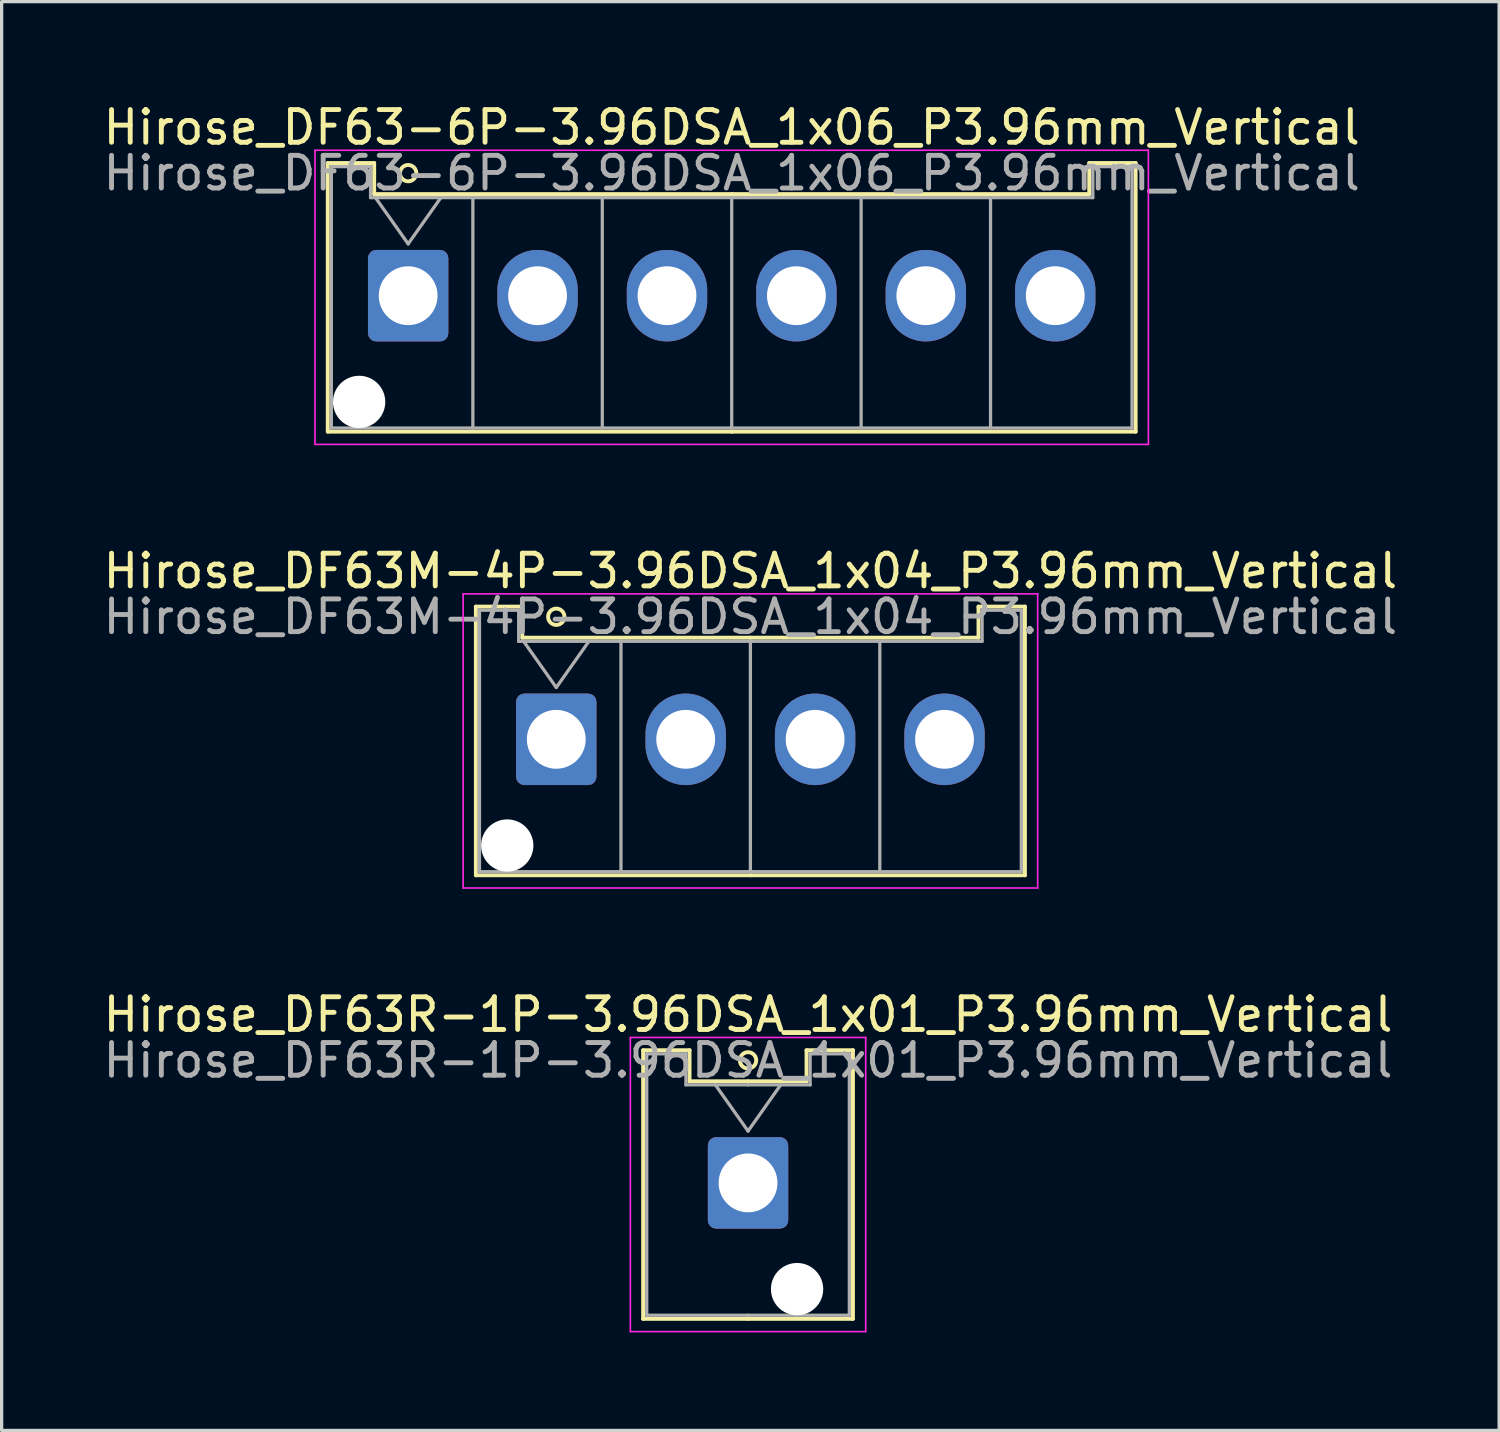
<source format=kicad_pcb>
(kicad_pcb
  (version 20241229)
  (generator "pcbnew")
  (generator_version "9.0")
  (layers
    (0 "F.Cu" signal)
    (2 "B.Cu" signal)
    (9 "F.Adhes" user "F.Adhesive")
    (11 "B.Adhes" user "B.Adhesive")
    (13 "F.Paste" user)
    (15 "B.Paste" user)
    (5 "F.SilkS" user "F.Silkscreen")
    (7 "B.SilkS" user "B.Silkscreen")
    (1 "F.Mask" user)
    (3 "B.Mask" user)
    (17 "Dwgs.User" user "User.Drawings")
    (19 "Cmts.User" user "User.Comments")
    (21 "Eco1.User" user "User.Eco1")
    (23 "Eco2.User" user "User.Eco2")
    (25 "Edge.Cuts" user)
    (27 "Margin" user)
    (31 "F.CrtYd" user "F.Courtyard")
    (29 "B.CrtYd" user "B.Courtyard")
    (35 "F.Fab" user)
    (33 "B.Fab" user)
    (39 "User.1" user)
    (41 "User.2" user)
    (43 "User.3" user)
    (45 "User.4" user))
  (footprint "Hirose_DF63R-1P-3.96DSA_1x01_P3.96mm_Vertical"
    (layer "F.Cu")
    (at 19.839 33.145)
    (property "Reference" "Hirose_DF63R-1P-3.96DSA_1x01_P3.96mm_Vertical" (at 0 -5.15 0) (layer "F.SilkS") (effects (font (size 1 1) (thickness 0.15))))
    (attr through_hole)
    (fp_line (start -3.21 -4.06) (end -1.79 -4.06) (stroke (width 0.12) (type solid)) (layer "F.SilkS"))
    (fp_line (start -3.21 4.16) (end -3.21 -4.06) (stroke (width 0.12) (type solid)) (layer "F.SilkS"))
    (fp_line (start -1.79 -4.06) (end -1.79 -3.11) (stroke (width 0.12) (type solid)) (layer "F.SilkS"))
    (fp_line (start -1.79 -3.11) (end 0 -3.11) (stroke (width 0.12) (type solid)) (layer "F.SilkS"))
    (fp_line (start 0 4.16) (end -3.21 4.16) (stroke (width 0.12) (type solid)) (layer "F.SilkS"))
    (fp_line (start 0 4.16) (end 3.21 4.16) (stroke (width 0.12) (type solid)) (layer "F.SilkS"))
    (fp_line (start 1.79 -4.06) (end 1.79 -3.11) (stroke (width 0.12) (type solid)) (layer "F.SilkS"))
    (fp_line (start 1.79 -3.11) (end 0 -3.11) (stroke (width 0.12) (type solid)) (layer "F.SilkS"))
    (fp_line (start 3.21 -4.06) (end 1.79 -4.06) (stroke (width 0.12) (type solid)) (layer "F.SilkS"))
    (fp_line (start 3.21 4.16) (end 3.21 -4.06) (stroke (width 0.12) (type solid)) (layer "F.SilkS"))
    (fp_circle (center 0 -3.75) (end 0.25 -3.75) (stroke (width 0.12) (type solid)) (fill no) (layer "F.SilkS"))
    (fp_line (start -3.6 -4.45) (end -3.6 4.55) (stroke (width 0.05) (type solid)) (layer "F.CrtYd"))
    (fp_line (start -3.6 4.55) (end 3.6 4.55) (stroke (width 0.05) (type solid)) (layer "F.CrtYd"))
    (fp_line (start 3.6 -4.45) (end -3.6 -4.45) (stroke (width 0.05) (type solid)) (layer "F.CrtYd"))
    (fp_line (start 3.6 4.55) (end 3.6 -4.45) (stroke (width 0.05) (type solid)) (layer "F.CrtYd"))
    (fp_line (start -3.1 -3.95) (end -1.9 -3.95) (stroke (width 0.1) (type solid)) (layer "F.Fab"))
    (fp_line (start -3.1 4.05) (end -3.1 -3.95) (stroke (width 0.1) (type solid)) (layer "F.Fab"))
    (fp_line (start -1.9 -3.95) (end -1.9 -3) (stroke (width 0.1) (type solid)) (layer "F.Fab"))
    (fp_line (start -1.9 -3) (end 0 -3) (stroke (width 0.1) (type solid)) (layer "F.Fab"))
    (fp_line (start -1 -3) (end 0 -1.586) (stroke (width 0.1) (type solid)) (layer "F.Fab"))
    (fp_line (start 0 -1.586) (end 1 -3) (stroke (width 0.1) (type solid)) (layer "F.Fab"))
    (fp_line (start 0 4.05) (end -3.1 4.05) (stroke (width 0.1) (type solid)) (layer "F.Fab"))
    (fp_line (start 0 4.05) (end 3.1 4.05) (stroke (width 0.1) (type solid)) (layer "F.Fab"))
    (fp_line (start 1.9 -3.95) (end 1.9 -3) (stroke (width 0.1) (type solid)) (layer "F.Fab"))
    (fp_line (start 1.9 -3) (end 0 -3) (stroke (width 0.1) (type solid)) (layer "F.Fab"))
    (fp_line (start 3.1 -3.95) (end 1.9 -3.95) (stroke (width 0.1) (type solid)) (layer "F.Fab"))
    (fp_line (start 3.1 4.05) (end 3.1 -3.95) (stroke (width 0.1) (type solid)) (layer "F.Fab"))
    (fp_text user "${REFERENCE}" (at 0 -3.75 0) (layer "F.Fab") (effects (font (size 1 1) (thickness 0.15))))
    (pad "" np_thru_hole circle (at 1.5 3.25) (size 1.6 1.6) (drill 1.6) (layers "*.Cu" "*.Mask"))
    (pad "1" thru_hole roundrect (at 0 0) (size 2.46 2.8) (drill 1.8) (layers "*.Cu" "*.Mask") (roundrect_rratio 0.102)))
  (footprint "Hirose_DF63M-4P-3.96DSA_1x04_P3.96mm_Vertical"
    (layer "F.Cu")
    (at 13.971 19.572)
    (property "Reference" "Hirose_DF63M-4P-3.96DSA_1x04_P3.96mm_Vertical" (at 5.94 -5.15 0) (layer "F.SilkS") (effects (font (size 1 1) (thickness 0.15))))
    (attr through_hole)
    (fp_line (start -2.46 -4.06) (end -1.04 -4.06) (stroke (width 0.12) (type solid)) (layer "F.SilkS"))
    (fp_line (start -2.46 4.16) (end -2.46 -4.06) (stroke (width 0.12) (type solid)) (layer "F.SilkS"))
    (fp_line (start -1.04 -4.06) (end -1.04 -3.11) (stroke (width 0.12) (type solid)) (layer "F.SilkS"))
    (fp_line (start -1.04 -3.11) (end 5.94 -3.11) (stroke (width 0.12) (type solid)) (layer "F.SilkS"))
    (fp_line (start 5.94 4.16) (end -2.46 4.16) (stroke (width 0.12) (type solid)) (layer "F.SilkS"))
    (fp_line (start 5.94 4.16) (end 14.34 4.16) (stroke (width 0.12) (type solid)) (layer "F.SilkS"))
    (fp_line (start 12.92 -4.06) (end 12.92 -3.11) (stroke (width 0.12) (type solid)) (layer "F.SilkS"))
    (fp_line (start 12.92 -3.11) (end 5.94 -3.11) (stroke (width 0.12) (type solid)) (layer "F.SilkS"))
    (fp_line (start 14.34 -4.06) (end 12.92 -4.06) (stroke (width 0.12) (type solid)) (layer "F.SilkS"))
    (fp_line (start 14.34 4.16) (end 14.34 -4.06) (stroke (width 0.12) (type solid)) (layer "F.SilkS"))
    (fp_circle (center 0 -3.75) (end 0.25 -3.75) (stroke (width 0.12) (type solid)) (fill no) (layer "F.SilkS"))
    (fp_line (start -2.85 -4.45) (end -2.85 4.55) (stroke (width 0.05) (type solid)) (layer "F.CrtYd"))
    (fp_line (start -2.85 4.55) (end 14.73 4.55) (stroke (width 0.05) (type solid)) (layer "F.CrtYd"))
    (fp_line (start 14.73 -4.45) (end -2.85 -4.45) (stroke (width 0.05) (type solid)) (layer "F.CrtYd"))
    (fp_line (start 14.73 4.55) (end 14.73 -4.45) (stroke (width 0.05) (type solid)) (layer "F.CrtYd"))
    (fp_line (start -2.35 -3.95) (end -1.15 -3.95) (stroke (width 0.1) (type solid)) (layer "F.Fab"))
    (fp_line (start -2.35 4.05) (end -2.35 -3.95) (stroke (width 0.1) (type solid)) (layer "F.Fab"))
    (fp_line (start -1.15 -3.95) (end -1.15 -3) (stroke (width 0.1) (type solid)) (layer "F.Fab"))
    (fp_line (start -1.15 -3) (end 5.94 -3) (stroke (width 0.1) (type solid)) (layer "F.Fab"))
    (fp_line (start -1 -3) (end 0 -1.586) (stroke (width 0.1) (type solid)) (layer "F.Fab"))
    (fp_line (start 0 -1.586) (end 1 -3) (stroke (width 0.1) (type solid)) (layer "F.Fab"))
    (fp_line (start 1.98 -3) (end 1.98 4.05) (stroke (width 0.1) (type solid)) (layer "F.Fab"))
    (fp_line (start 5.94 -3) (end 5.94 4.05) (stroke (width 0.1) (type solid)) (layer "F.Fab"))
    (fp_line (start 5.94 4.05) (end -2.35 4.05) (stroke (width 0.1) (type solid)) (layer "F.Fab"))
    (fp_line (start 5.94 4.05) (end 14.23 4.05) (stroke (width 0.1) (type solid)) (layer "F.Fab"))
    (fp_line (start 9.9 -3) (end 9.9 4.05) (stroke (width 0.1) (type solid)) (layer "F.Fab"))
    (fp_line (start 13.03 -3.95) (end 13.03 -3) (stroke (width 0.1) (type solid)) (layer "F.Fab"))
    (fp_line (start 13.03 -3) (end 5.94 -3) (stroke (width 0.1) (type solid)) (layer "F.Fab"))
    (fp_line (start 14.23 -3.95) (end 13.03 -3.95) (stroke (width 0.1) (type solid)) (layer "F.Fab"))
    (fp_line (start 14.23 4.05) (end 14.23 -3.95) (stroke (width 0.1) (type solid)) (layer "F.Fab"))
    (fp_text user "${REFERENCE}" (at 5.94 -3.75 0) (layer "F.Fab") (effects (font (size 1 1) (thickness 0.15))))
    (pad "" np_thru_hole circle (at -1.5 3.25) (size 1.6 1.6) (drill 1.6) (layers "*.Cu" "*.Mask"))
    (pad "1" thru_hole roundrect (at 0 0) (size 2.46 2.8) (drill 1.8) (layers "*.Cu" "*.Mask") (roundrect_rratio 0.102))
    (pad "2" thru_hole oval (at 3.96 0) (size 2.46 2.8) (drill 1.8) (layers "*.Cu" "*.Mask"))
    (pad "3" thru_hole oval (at 7.92 0) (size 2.46 2.8) (drill 1.8) (layers "*.Cu" "*.Mask"))
    (pad "4" thru_hole oval (at 11.88 0) (size 2.46 2.8) (drill 1.8) (layers "*.Cu" "*.Mask")))
  (footprint "Hirose_DF63-6P-3.96DSA_1x06_P3.96mm_Vertical"
    (layer "F.Cu")
    (at 9.439 5.998)
    (property "Reference" "Hirose_DF63-6P-3.96DSA_1x06_P3.96mm_Vertical" (at 9.9 -5.15 0) (layer "F.SilkS") (effects (font (size 1 1) (thickness 0.15))))
    (attr through_hole)
    (fp_line (start -2.46 -4.06) (end -1.04 -4.06) (stroke (width 0.12) (type solid)) (layer "F.SilkS"))
    (fp_line (start -2.46 4.16) (end -2.46 -4.06) (stroke (width 0.12) (type solid)) (layer "F.SilkS"))
    (fp_line (start -1.04 -4.06) (end -1.04 -3.11) (stroke (width 0.12) (type solid)) (layer "F.SilkS"))
    (fp_line (start -1.04 -3.11) (end 9.9 -3.11) (stroke (width 0.12) (type solid)) (layer "F.SilkS"))
    (fp_line (start 9.9 4.16) (end -2.46 4.16) (stroke (width 0.12) (type solid)) (layer "F.SilkS"))
    (fp_line (start 9.9 4.16) (end 22.26 4.16) (stroke (width 0.12) (type solid)) (layer "F.SilkS"))
    (fp_line (start 20.84 -4.06) (end 20.84 -3.11) (stroke (width 0.12) (type solid)) (layer "F.SilkS"))
    (fp_line (start 20.84 -3.11) (end 9.9 -3.11) (stroke (width 0.12) (type solid)) (layer "F.SilkS"))
    (fp_line (start 22.26 -4.06) (end 20.84 -4.06) (stroke (width 0.12) (type solid)) (layer "F.SilkS"))
    (fp_line (start 22.26 4.16) (end 22.26 -4.06) (stroke (width 0.12) (type solid)) (layer "F.SilkS"))
    (fp_circle (center 0 -3.75) (end 0.25 -3.75) (stroke (width 0.12) (type solid)) (fill no) (layer "F.SilkS"))
    (fp_line (start -2.85 -4.45) (end -2.85 4.55) (stroke (width 0.05) (type solid)) (layer "F.CrtYd"))
    (fp_line (start -2.85 4.55) (end 22.65 4.55) (stroke (width 0.05) (type solid)) (layer "F.CrtYd"))
    (fp_line (start 22.65 -4.45) (end -2.85 -4.45) (stroke (width 0.05) (type solid)) (layer "F.CrtYd"))
    (fp_line (start 22.65 4.55) (end 22.65 -4.45) (stroke (width 0.05) (type solid)) (layer "F.CrtYd"))
    (fp_line (start -2.35 -3.95) (end -1.15 -3.95) (stroke (width 0.1) (type solid)) (layer "F.Fab"))
    (fp_line (start -2.35 4.05) (end -2.35 -3.95) (stroke (width 0.1) (type solid)) (layer "F.Fab"))
    (fp_line (start -1.15 -3.95) (end -1.15 -3) (stroke (width 0.1) (type solid)) (layer "F.Fab"))
    (fp_line (start -1.15 -3) (end 9.9 -3) (stroke (width 0.1) (type solid)) (layer "F.Fab"))
    (fp_line (start -1 -3) (end 0 -1.586) (stroke (width 0.1) (type solid)) (layer "F.Fab"))
    (fp_line (start 0 -1.586) (end 1 -3) (stroke (width 0.1) (type solid)) (layer "F.Fab"))
    (fp_line (start 1.98 -3) (end 1.98 4.05) (stroke (width 0.1) (type solid)) (layer "F.Fab"))
    (fp_line (start 5.94 -3) (end 5.94 4.05) (stroke (width 0.1) (type solid)) (layer "F.Fab"))
    (fp_line (start 9.9 -3) (end 9.9 4.05) (stroke (width 0.1) (type solid)) (layer "F.Fab"))
    (fp_line (start 9.9 4.05) (end -2.35 4.05) (stroke (width 0.1) (type solid)) (layer "F.Fab"))
    (fp_line (start 9.9 4.05) (end 22.15 4.05) (stroke (width 0.1) (type solid)) (layer "F.Fab"))
    (fp_line (start 13.86 -3) (end 13.86 4.05) (stroke (width 0.1) (type solid)) (layer "F.Fab"))
    (fp_line (start 17.82 -3) (end 17.82 4.05) (stroke (width 0.1) (type solid)) (layer "F.Fab"))
    (fp_line (start 20.95 -3.95) (end 20.95 -3) (stroke (width 0.1) (type solid)) (layer "F.Fab"))
    (fp_line (start 20.95 -3) (end 9.9 -3) (stroke (width 0.1) (type solid)) (layer "F.Fab"))
    (fp_line (start 22.15 -3.95) (end 20.95 -3.95) (stroke (width 0.1) (type solid)) (layer "F.Fab"))
    (fp_line (start 22.15 4.05) (end 22.15 -3.95) (stroke (width 0.1) (type solid)) (layer "F.Fab"))
    (fp_text user "${REFERENCE}" (at 9.9 -3.75 0) (layer "F.Fab") (effects (font (size 1 1) (thickness 0.15))))
    (pad "" np_thru_hole circle (at -1.5 3.25) (size 1.6 1.6) (drill 1.6) (layers "*.Cu" "*.Mask"))
    (pad "1" thru_hole roundrect (at 0 0) (size 2.46 2.8) (drill 1.8) (layers "*.Cu" "*.Mask") (roundrect_rratio 0.102))
    (pad "2" thru_hole oval (at 3.96 0) (size 2.46 2.8) (drill 1.8) (layers "*.Cu" "*.Mask"))
    (pad "3" thru_hole oval (at 7.92 0) (size 2.46 2.8) (drill 1.8) (layers "*.Cu" "*.Mask"))
    (pad "4" thru_hole oval (at 11.88 0) (size 2.46 2.8) (drill 1.8) (layers "*.Cu" "*.Mask"))
    (pad "5" thru_hole oval (at 15.84 0) (size 2.46 2.8) (drill 1.8) (layers "*.Cu" "*.Mask"))
    (pad "6" thru_hole oval (at 19.8 0) (size 2.46 2.8) (drill 1.8) (layers "*.Cu" "*.Mask")))
  (gr_rect
    (start -3 -3)
    (end 42.821 40.72)
    (stroke (width 0.1) (type default))
    (fill no)
    (layer "Edge.Cuts")))
</source>
